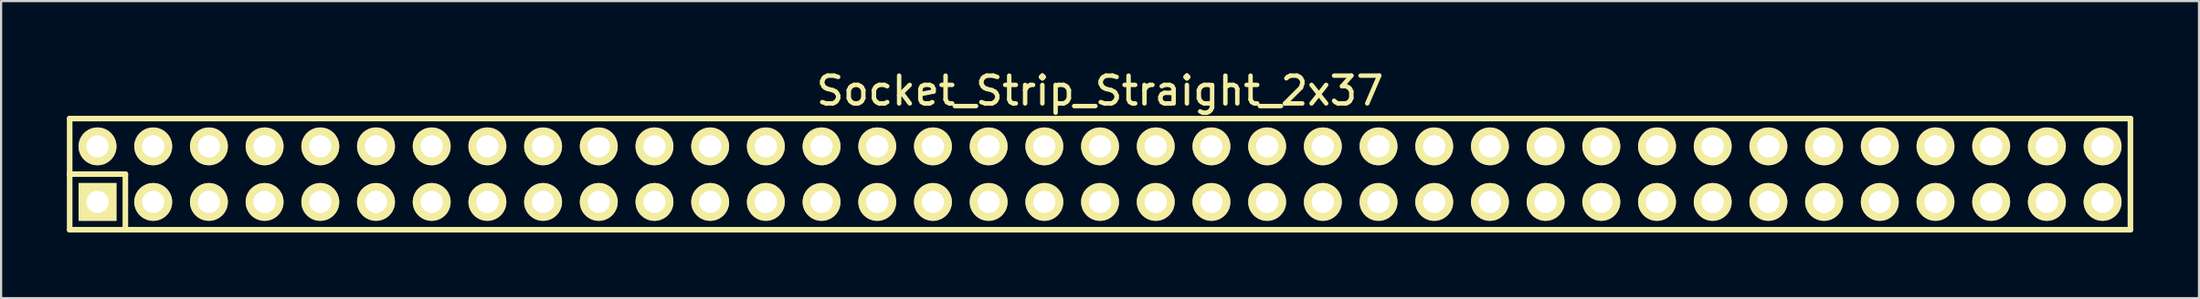
<source format=kicad_pcb>
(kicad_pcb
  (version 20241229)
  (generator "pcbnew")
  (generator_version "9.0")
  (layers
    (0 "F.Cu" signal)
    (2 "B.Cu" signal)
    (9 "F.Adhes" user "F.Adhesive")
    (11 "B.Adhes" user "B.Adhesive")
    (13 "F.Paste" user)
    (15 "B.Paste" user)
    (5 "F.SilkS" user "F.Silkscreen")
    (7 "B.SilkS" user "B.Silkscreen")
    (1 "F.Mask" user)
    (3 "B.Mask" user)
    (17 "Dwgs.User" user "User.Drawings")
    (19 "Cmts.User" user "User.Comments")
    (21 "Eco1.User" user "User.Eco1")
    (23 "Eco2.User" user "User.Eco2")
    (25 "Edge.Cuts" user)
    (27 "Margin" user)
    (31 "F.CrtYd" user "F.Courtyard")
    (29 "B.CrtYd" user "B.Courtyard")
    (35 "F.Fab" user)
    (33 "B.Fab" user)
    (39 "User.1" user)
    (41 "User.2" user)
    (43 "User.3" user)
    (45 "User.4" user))
  (footprint "Socket_Strip_Straight_2x37"
    (layer "F.Cu")
    (at 47.117 4.91)
    (property "Reference" "Socket_Strip_Straight_2x37" (at 0 -3.81 0) (layer "F.SilkS") (effects (font (size 1.27 1.27) (thickness 0.203))))
    (attr through_hole)
    (fp_line (start -46.99 -2.54) (end -46.99 0) (stroke (width 0.254) (type solid)) (layer "F.SilkS"))
    (fp_line (start -46.99 -2.54) (end 46.99 -2.54) (stroke (width 0.254) (type solid)) (layer "F.SilkS"))
    (fp_line (start -46.99 0) (end -44.45 0) (stroke (width 0.254) (type solid)) (layer "F.SilkS"))
    (fp_line (start -46.99 2.54) (end -46.99 0) (stroke (width 0.254) (type solid)) (layer "F.SilkS"))
    (fp_line (start -46.99 2.54) (end -44.45 2.54) (stroke (width 0.254) (type solid)) (layer "F.SilkS"))
    (fp_line (start -44.45 0) (end -44.45 2.54) (stroke (width 0.254) (type solid)) (layer "F.SilkS"))
    (fp_line (start 46.99 -2.54) (end 46.99 2.54) (stroke (width 0.254) (type solid)) (layer "F.SilkS"))
    (fp_line (start 46.99 2.54) (end -44.45 2.54) (stroke (width 0.254) (type solid)) (layer "F.SilkS"))
    (pad "1" thru_hole rect (at -45.72 1.27) (size 1.727 1.727) (drill 1.016) (layers "*.Cu" "*.Mask" "F.SilkS"))
    (pad "2" thru_hole oval (at -43.18 1.27) (size 1.727 1.727) (drill 1.016) (layers "*.Cu" "*.Mask" "F.SilkS"))
    (pad "3" thru_hole oval (at -40.64 1.27) (size 1.727 1.727) (drill 1.016) (layers "*.Cu" "*.Mask" "F.SilkS"))
    (pad "4" thru_hole oval (at -38.1 1.27) (size 1.727 1.727) (drill 1.016) (layers "*.Cu" "*.Mask" "F.SilkS"))
    (pad "5" thru_hole oval (at -35.56 1.27) (size 1.727 1.727) (drill 1.016) (layers "*.Cu" "*.Mask" "F.SilkS"))
    (pad "6" thru_hole oval (at -33.02 1.27) (size 1.727 1.727) (drill 1.016) (layers "*.Cu" "*.Mask" "F.SilkS"))
    (pad "7" thru_hole oval (at -30.48 1.27) (size 1.727 1.727) (drill 1.016) (layers "*.Cu" "*.Mask" "F.SilkS"))
    (pad "8" thru_hole oval (at -27.94 1.27) (size 1.727 1.727) (drill 1.016) (layers "*.Cu" "*.Mask" "F.SilkS"))
    (pad "9" thru_hole oval (at -25.4 1.27) (size 1.727 1.727) (drill 1.016) (layers "*.Cu" "*.Mask" "F.SilkS"))
    (pad "10" thru_hole oval (at -22.86 1.27) (size 1.727 1.727) (drill 1.016) (layers "*.Cu" "*.Mask" "F.SilkS"))
    (pad "11" thru_hole oval (at -20.32 1.27) (size 1.727 1.727) (drill 1.016) (layers "*.Cu" "*.Mask" "F.SilkS"))
    (pad "12" thru_hole oval (at -17.78 1.27) (size 1.727 1.727) (drill 1.016) (layers "*.Cu" "*.Mask" "F.SilkS"))
    (pad "13" thru_hole oval (at -15.24 1.27) (size 1.727 1.727) (drill 1.016) (layers "*.Cu" "*.Mask" "F.SilkS"))
    (pad "14" thru_hole oval (at -12.7 1.27) (size 1.727 1.727) (drill 1.016) (layers "*.Cu" "*.Mask" "F.SilkS"))
    (pad "15" thru_hole oval (at -10.16 1.27) (size 1.727 1.727) (drill 1.016) (layers "*.Cu" "*.Mask" "F.SilkS"))
    (pad "16" thru_hole oval (at -7.62 1.27) (size 1.727 1.727) (drill 1.016) (layers "*.Cu" "*.Mask" "F.SilkS"))
    (pad "17" thru_hole oval (at -5.08 1.27) (size 1.727 1.727) (drill 1.016) (layers "*.Cu" "*.Mask" "F.SilkS"))
    (pad "18" thru_hole oval (at -2.54 1.27) (size 1.727 1.727) (drill 1.016) (layers "*.Cu" "*.Mask" "F.SilkS"))
    (pad "19" thru_hole oval (at 0 1.27) (size 1.727 1.727) (drill 1.016) (layers "*.Cu" "*.Mask" "F.SilkS"))
    (pad "20" thru_hole oval (at 2.54 1.27) (size 1.727 1.727) (drill 1.016) (layers "*.Cu" "*.Mask" "F.SilkS"))
    (pad "21" thru_hole oval (at 5.08 1.27) (size 1.727 1.727) (drill 1.016) (layers "*.Cu" "*.Mask" "F.SilkS"))
    (pad "22" thru_hole oval (at 7.62 1.27) (size 1.727 1.727) (drill 1.016) (layers "*.Cu" "*.Mask" "F.SilkS"))
    (pad "23" thru_hole oval (at 10.16 1.27) (size 1.727 1.727) (drill 1.016) (layers "*.Cu" "*.Mask" "F.SilkS"))
    (pad "24" thru_hole oval (at 12.7 1.27) (size 1.727 1.727) (drill 1.016) (layers "*.Cu" "*.Mask" "F.SilkS"))
    (pad "25" thru_hole oval (at 15.24 1.27) (size 1.727 1.727) (drill 1.016) (layers "*.Cu" "*.Mask" "F.SilkS"))
    (pad "26" thru_hole oval (at 17.78 1.27) (size 1.727 1.727) (drill 1.016) (layers "*.Cu" "*.Mask" "F.SilkS"))
    (pad "27" thru_hole oval (at 20.32 1.27) (size 1.727 1.727) (drill 1.016) (layers "*.Cu" "*.Mask" "F.SilkS"))
    (pad "28" thru_hole oval (at 22.86 1.27) (size 1.727 1.727) (drill 1.016) (layers "*.Cu" "*.Mask" "F.SilkS"))
    (pad "29" thru_hole oval (at 25.4 1.27) (size 1.727 1.727) (drill 1.016) (layers "*.Cu" "*.Mask" "F.SilkS"))
    (pad "30" thru_hole oval (at 27.94 1.27) (size 1.727 1.727) (drill 1.016) (layers "*.Cu" "*.Mask" "F.SilkS"))
    (pad "31" thru_hole oval (at 30.48 1.27) (size 1.727 1.727) (drill 1.016) (layers "*.Cu" "*.Mask" "F.SilkS"))
    (pad "32" thru_hole oval (at 33.02 1.27) (size 1.727 1.727) (drill 1.016) (layers "*.Cu" "*.Mask" "F.SilkS"))
    (pad "33" thru_hole oval (at 35.56 1.27) (size 1.727 1.727) (drill 1.016) (layers "*.Cu" "*.Mask" "F.SilkS"))
    (pad "34" thru_hole oval (at 38.1 1.27) (size 1.727 1.727) (drill 1.016) (layers "*.Cu" "*.Mask" "F.SilkS"))
    (pad "35" thru_hole oval (at 40.64 1.27) (size 1.727 1.727) (drill 1.016) (layers "*.Cu" "*.Mask" "F.SilkS"))
    (pad "36" thru_hole oval (at 43.18 1.27) (size 1.727 1.727) (drill 1.016) (layers "*.Cu" "*.Mask" "F.SilkS"))
    (pad "37" thru_hole oval (at 45.72 1.27) (size 1.727 1.727) (drill 1.016) (layers "*.Cu" "*.Mask" "F.SilkS"))
    (pad "38" thru_hole oval (at 45.72 -1.27) (size 1.727 1.727) (drill 1.016) (layers "*.Cu" "*.Mask" "F.SilkS"))
    (pad "39" thru_hole oval (at 43.18 -1.27) (size 1.727 1.727) (drill 1.016) (layers "*.Cu" "*.Mask" "F.SilkS"))
    (pad "40" thru_hole oval (at 40.64 -1.27) (size 1.727 1.727) (drill 1.016) (layers "*.Cu" "*.Mask" "F.SilkS"))
    (pad "41" thru_hole oval (at 38.1 -1.27) (size 1.727 1.727) (drill 1.016) (layers "*.Cu" "*.Mask" "F.SilkS"))
    (pad "42" thru_hole oval (at 35.56 -1.27) (size 1.727 1.727) (drill 1.016) (layers "*.Cu" "*.Mask" "F.SilkS"))
    (pad "43" thru_hole oval (at 33.02 -1.27) (size 1.727 1.727) (drill 1.016) (layers "*.Cu" "*.Mask" "F.SilkS"))
    (pad "44" thru_hole oval (at 30.48 -1.27) (size 1.727 1.727) (drill 1.016) (layers "*.Cu" "*.Mask" "F.SilkS"))
    (pad "45" thru_hole oval (at 27.94 -1.27) (size 1.727 1.727) (drill 1.016) (layers "*.Cu" "*.Mask" "F.SilkS"))
    (pad "46" thru_hole oval (at 25.4 -1.27) (size 1.727 1.727) (drill 1.016) (layers "*.Cu" "*.Mask" "F.SilkS"))
    (pad "47" thru_hole oval (at 22.86 -1.27) (size 1.727 1.727) (drill 1.016) (layers "*.Cu" "*.Mask" "F.SilkS"))
    (pad "48" thru_hole oval (at 20.32 -1.27) (size 1.727 1.727) (drill 1.016) (layers "*.Cu" "*.Mask" "F.SilkS"))
    (pad "49" thru_hole oval (at 17.78 -1.27) (size 1.727 1.727) (drill 1.016) (layers "*.Cu" "*.Mask" "F.SilkS"))
    (pad "50" thru_hole oval (at 15.24 -1.27) (size 1.727 1.727) (drill 1.016) (layers "*.Cu" "*.Mask" "F.SilkS"))
    (pad "51" thru_hole oval (at 12.7 -1.27) (size 1.727 1.727) (drill 1.016) (layers "*.Cu" "*.Mask" "F.SilkS"))
    (pad "52" thru_hole oval (at 10.16 -1.27) (size 1.727 1.727) (drill 1.016) (layers "*.Cu" "*.Mask" "F.SilkS"))
    (pad "53" thru_hole oval (at 7.62 -1.27) (size 1.727 1.727) (drill 1.016) (layers "*.Cu" "*.Mask" "F.SilkS"))
    (pad "54" thru_hole oval (at 5.08 -1.27) (size 1.727 1.727) (drill 1.016) (layers "*.Cu" "*.Mask" "F.SilkS"))
    (pad "55" thru_hole oval (at 2.54 -1.27) (size 1.727 1.727) (drill 1.016) (layers "*.Cu" "*.Mask" "F.SilkS"))
    (pad "56" thru_hole oval (at 0 -1.27) (size 1.727 1.727) (drill 1.016) (layers "*.Cu" "*.Mask" "F.SilkS"))
    (pad "57" thru_hole oval (at -2.54 -1.27) (size 1.727 1.727) (drill 1.016) (layers "*.Cu" "*.Mask" "F.SilkS"))
    (pad "58" thru_hole oval (at -5.08 -1.27) (size 1.727 1.727) (drill 1.016) (layers "*.Cu" "*.Mask" "F.SilkS"))
    (pad "59" thru_hole oval (at -7.62 -1.27) (size 1.727 1.727) (drill 1.016) (layers "*.Cu" "*.Mask" "F.SilkS"))
    (pad "60" thru_hole oval (at -10.16 -1.27) (size 1.727 1.727) (drill 1.016) (layers "*.Cu" "*.Mask" "F.SilkS"))
    (pad "61" thru_hole oval (at -12.7 -1.27) (size 1.727 1.727) (drill 1.016) (layers "*.Cu" "*.Mask" "F.SilkS"))
    (pad "62" thru_hole oval (at -15.24 -1.27) (size 1.727 1.727) (drill 1.016) (layers "*.Cu" "*.Mask" "F.SilkS"))
    (pad "63" thru_hole oval (at -17.78 -1.27) (size 1.727 1.727) (drill 1.016) (layers "*.Cu" "*.Mask" "F.SilkS"))
    (pad "64" thru_hole oval (at -20.32 -1.27) (size 1.727 1.727) (drill 1.016) (layers "*.Cu" "*.Mask" "F.SilkS"))
    (pad "65" thru_hole oval (at -22.86 -1.27) (size 1.727 1.727) (drill 1.016) (layers "*.Cu" "*.Mask" "F.SilkS"))
    (pad "66" thru_hole oval (at -25.4 -1.27) (size 1.727 1.727) (drill 1.016) (layers "*.Cu" "*.Mask" "F.SilkS"))
    (pad "67" thru_hole oval (at -27.94 -1.27) (size 1.727 1.727) (drill 1.016) (layers "*.Cu" "*.Mask" "F.SilkS"))
    (pad "68" thru_hole oval (at -30.48 -1.27) (size 1.727 1.727) (drill 1.016) (layers "*.Cu" "*.Mask" "F.SilkS"))
    (pad "69" thru_hole oval (at -33.02 -1.27) (size 1.727 1.727) (drill 1.016) (layers "*.Cu" "*.Mask" "F.SilkS"))
    (pad "70" thru_hole oval (at -35.56 -1.27) (size 1.727 1.727) (drill 1.016) (layers "*.Cu" "*.Mask" "F.SilkS"))
    (pad "71" thru_hole oval (at -38.1 -1.27) (size 1.727 1.727) (drill 1.016) (layers "*.Cu" "*.Mask" "F.SilkS"))
    (pad "72" thru_hole oval (at -40.64 -1.27) (size 1.727 1.727) (drill 1.016) (layers "*.Cu" "*.Mask" "F.SilkS"))
    (pad "73" thru_hole oval (at -43.18 -1.27) (size 1.727 1.727) (drill 1.016) (layers "*.Cu" "*.Mask" "F.SilkS"))
    (pad "74" thru_hole oval (at -45.72 -1.27) (size 1.727 1.727) (drill 1.016) (layers "*.Cu" "*.Mask" "F.SilkS")))
  (gr_rect
    (start -3 -3)
    (end 97.234 10.577)
    (stroke (width 0.1) (type default))
    (fill no)
    (layer "Edge.Cuts")))
</source>
